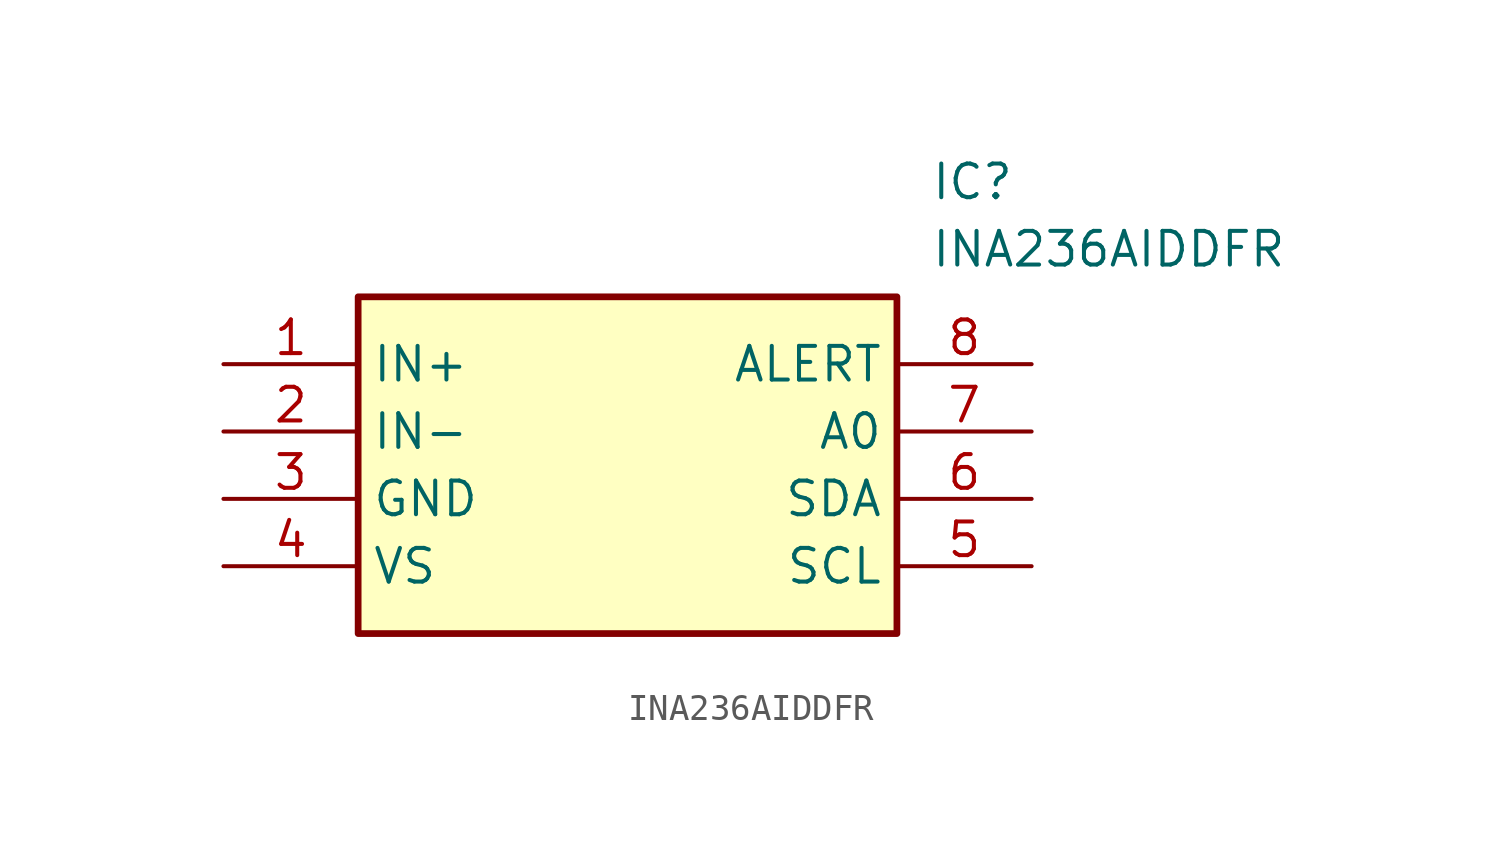
<source format=kicad_sym>
(kicad_symbol_lib
  (version 20220914)
  (generator SamacSys_ECAD_Model)
  (symbol "INA236AIDDFR"
    (property "Reference" "IC"
      (at 26.67 7.62 0)
      (effects (font (size 1.27 1.27)) (justify left top)))
    (property "Value" "INA236AIDDFR"
      (at 26.67 5.08 0)
      (effects (font (size 1.27 1.27)) (justify left top)))
    (rectangle
      (start 5.08 2.54)
      (end 25.4 -10.16)
      (stroke (width 0.254) (type default))
      (fill (type background)))
    (pin passive line
      (at 0 0 0)
      (length 5.08)
      (name "IN+" (effects (font (size 1.27 1.27))))
      (number "1" (effects (font (size 1.27 1.27)))))
    (pin passive line
      (at 0 -2.54 0)
      (length 5.08)
      (name "IN-" (effects (font (size 1.27 1.27))))
      (number "2" (effects (font (size 1.27 1.27)))))
    (pin passive line
      (at 0 -5.08 0)
      (length 5.08)
      (name "GND" (effects (font (size 1.27 1.27))))
      (number "3" (effects (font (size 1.27 1.27)))))
    (pin passive line
      (at 0 -7.62 0)
      (length 5.08)
      (name "VS" (effects (font (size 1.27 1.27))))
      (number "4" (effects (font (size 1.27 1.27)))))
    (pin passive line
      (at 30.48 0 180)
      (length 5.08)
      (name "ALERT" (effects (font (size 1.27 1.27))))
      (number "8" (effects (font (size 1.27 1.27)))))
    (pin passive line
      (at 30.48 -2.54 180)
      (length 5.08)
      (name "A0" (effects (font (size 1.27 1.27))))
      (number "7" (effects (font (size 1.27 1.27)))))
    (pin passive line
      (at 30.48 -5.08 180)
      (length 5.08)
      (name "SDA" (effects (font (size 1.27 1.27))))
      (number "6" (effects (font (size 1.27 1.27)))))
    (pin passive line
      (at 30.48 -7.62 180)
      (length 5.08)
      (name "SCL" (effects (font (size 1.27 1.27))))
      (number "5" (effects (font (size 1.27 1.27)))))))
</source>
